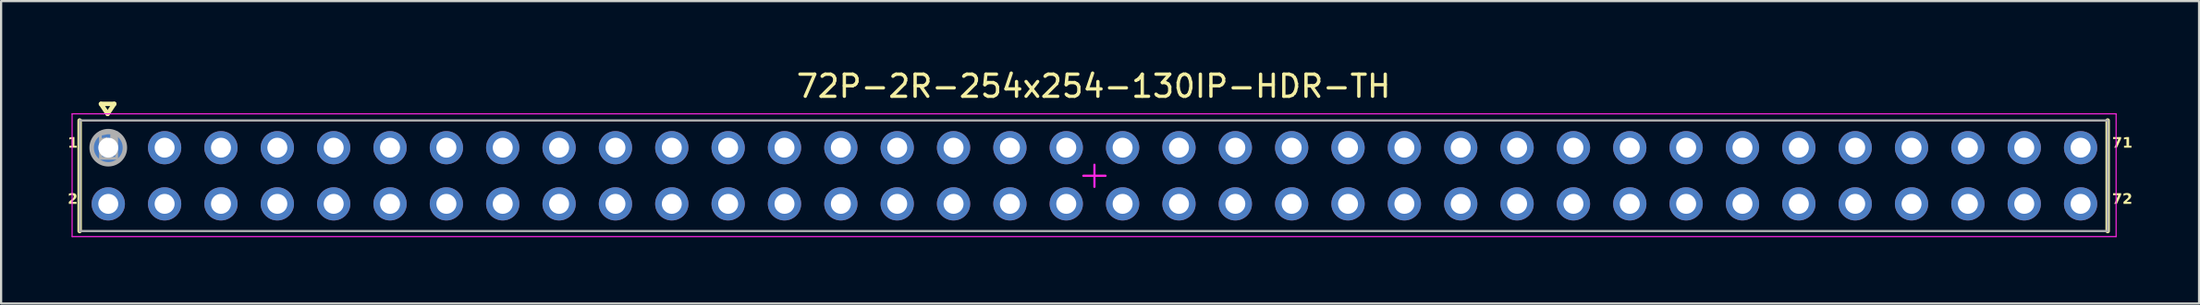
<source format=kicad_pcb>
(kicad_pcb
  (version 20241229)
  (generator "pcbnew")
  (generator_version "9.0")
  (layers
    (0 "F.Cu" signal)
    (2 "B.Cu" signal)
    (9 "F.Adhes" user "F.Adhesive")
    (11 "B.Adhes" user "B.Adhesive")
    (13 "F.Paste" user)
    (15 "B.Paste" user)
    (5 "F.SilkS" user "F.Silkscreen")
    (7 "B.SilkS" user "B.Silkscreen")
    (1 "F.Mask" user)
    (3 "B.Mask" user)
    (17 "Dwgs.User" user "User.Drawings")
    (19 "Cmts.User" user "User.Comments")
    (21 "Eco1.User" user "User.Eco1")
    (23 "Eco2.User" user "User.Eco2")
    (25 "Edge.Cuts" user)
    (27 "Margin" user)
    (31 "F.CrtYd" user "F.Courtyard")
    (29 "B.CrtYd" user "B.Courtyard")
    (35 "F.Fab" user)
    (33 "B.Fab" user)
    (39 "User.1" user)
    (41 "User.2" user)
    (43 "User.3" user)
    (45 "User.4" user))
  (footprint "72P-2R-254x254-130IP-HDR-TH"
    (layer "F.Cu")
    (at 46.28 4.898)
    (property "Reference" "72P-2R-254x254-130IP-HDR-TH" (at -0.035 -4.05 0) (layer "F.SilkS") (effects (font (size 1 1) (thickness 0.15))))
    (fp_line (start -45.74 2.5) (end -45.74 -2.5) (stroke (width 0.2) (type solid)) (layer "F.SilkS"))
    (fp_line (start -44.78 -3.25) (end -44.48 -2.8) (stroke (width 0.2) (type solid)) (layer "F.SilkS"))
    (fp_line (start -44.78 -3.25) (end -44.18 -3.25) (stroke (width 0.2) (type solid)) (layer "F.SilkS"))
    (fp_line (start -44.48 -2.8) (end -44.18 -3.25) (stroke (width 0.2) (type solid)) (layer "F.SilkS"))
    (fp_line (start 45.67 2.5) (end 45.67 -2.5) (stroke (width 0.2) (type solid)) (layer "F.SilkS"))
    (fp_line (start -46.08 -2.8) (end 46.05 -2.8) (stroke (width 0.05) (type solid)) (layer "F.CrtYd"))
    (fp_line (start -46.08 2.75) (end -46.08 -2.8) (stroke (width 0.05) (type solid)) (layer "F.CrtYd"))
    (fp_line (start -46.08 2.75) (end 46.05 2.75) (stroke (width 0.05) (type solid)) (layer "F.CrtYd"))
    (fp_line (start -0.5 0) (end 0.5 0) (stroke (width 0.1) (type solid)) (layer "F.CrtYd"))
    (fp_line (start 0 0.5) (end 0 -0.5) (stroke (width 0.1) (type solid)) (layer "F.CrtYd"))
    (fp_line (start 46.05 2.75) (end 46.05 -2.8) (stroke (width 0.05) (type solid)) (layer "F.CrtYd"))
    (fp_line (start -45.73 -2.5) (end 45.67 -2.5) (stroke (width 0.1) (type solid)) (layer "F.Fab"))
    (fp_line (start -45.73 2.5) (end -45.73 -2.5) (stroke (width 0.1) (type solid)) (layer "F.Fab"))
    (fp_line (start -45.73 2.5) (end 45.67 2.5) (stroke (width 0.1) (type solid)) (layer "F.Fab"))
    (fp_line (start 45.67 2.5) (end 45.67 -2.5) (stroke (width 0.1) (type solid)) (layer "F.Fab"))
    (fp_circle (center -44.45 -1.27) (end -44.45 -2.02) (stroke (width 0.2) (type solid)) (fill no) (layer "F.Fab"))
    (fp_text user "1" (at -46.28 -1.19 0) (unlocked yes) (layer "F.SilkS") (effects (font (face "Arial Black") (size 0.472 0.472) (thickness 0.1)) (justify left bottom)))
    (fp_text user "71" (at 45.87 -1.19 0) (unlocked yes) (layer "F.SilkS") (effects (font (face "Arial Black") (size 0.472 0.472) (thickness 0.1)) (justify left bottom)))
    (fp_text user "72" (at 45.87 1.35 0) (unlocked yes) (layer "F.SilkS") (effects (font (face "Arial Black") (size 0.472 0.472) (thickness 0.1)) (justify left bottom)))
    (fp_text user "2" (at -46.28 1.35 0) (unlocked yes) (layer "F.SilkS") (effects (font (face "Arial Black") (size 0.472 0.472) (thickness 0.1)) (justify left bottom)))
    (fp_text user "1" (at -44.45 -1.27 0) (unlocked yes) (layer "F.Fab" knockout) (effects (font (face "Arial") (size 1 1) (thickness 0.254))))
    (pad "1" thru_hole circle (at -44.45 -1.27 180) (size 1.5 1.5) (drill 0.9) (layers "*.Cu" "*.Mask"))
    (pad "2" thru_hole circle (at -44.45 1.27 270) (size 1.5 1.5) (drill 0.9) (layers "*.Cu" "*.Mask"))
    (pad "3" thru_hole circle (at -41.91 -1.27 180) (size 1.5 1.5) (drill 0.9) (layers "*.Cu" "*.Mask"))
    (pad "4" thru_hole circle (at -41.91 1.27 270) (size 1.5 1.5) (drill 0.9) (layers "*.Cu" "*.Mask"))
    (pad "5" thru_hole circle (at -39.37 -1.27 180) (size 1.5 1.5) (drill 0.9) (layers "*.Cu" "*.Mask"))
    (pad "6" thru_hole circle (at -39.37 1.27 270) (size 1.5 1.5) (drill 0.9) (layers "*.Cu" "*.Mask"))
    (pad "7" thru_hole circle (at -36.83 -1.27 180) (size 1.5 1.5) (drill 0.9) (layers "*.Cu" "*.Mask"))
    (pad "8" thru_hole circle (at -36.83 1.27 270) (size 1.5 1.5) (drill 0.9) (layers "*.Cu" "*.Mask"))
    (pad "9" thru_hole circle (at -34.29 -1.27 180) (size 1.5 1.5) (drill 0.9) (layers "*.Cu" "*.Mask"))
    (pad "10" thru_hole circle (at -34.29 1.27 270) (size 1.5 1.5) (drill 0.9) (layers "*.Cu" "*.Mask"))
    (pad "11" thru_hole circle (at -31.75 -1.27 180) (size 1.5 1.5) (drill 0.9) (layers "*.Cu" "*.Mask"))
    (pad "12" thru_hole circle (at -31.75 1.27 270) (size 1.5 1.5) (drill 0.9) (layers "*.Cu" "*.Mask"))
    (pad "13" thru_hole circle (at -29.21 -1.27 180) (size 1.5 1.5) (drill 0.9) (layers "*.Cu" "*.Mask"))
    (pad "14" thru_hole circle (at -29.21 1.27 270) (size 1.5 1.5) (drill 0.9) (layers "*.Cu" "*.Mask"))
    (pad "15" thru_hole circle (at -26.67 -1.27 180) (size 1.5 1.5) (drill 0.9) (layers "*.Cu" "*.Mask"))
    (pad "16" thru_hole circle (at -26.67 1.27 270) (size 1.5 1.5) (drill 0.9) (layers "*.Cu" "*.Mask"))
    (pad "17" thru_hole circle (at -24.13 -1.27 180) (size 1.5 1.5) (drill 0.9) (layers "*.Cu" "*.Mask"))
    (pad "18" thru_hole circle (at -24.13 1.27 270) (size 1.5 1.5) (drill 0.9) (layers "*.Cu" "*.Mask"))
    (pad "19" thru_hole circle (at -21.59 -1.27 180) (size 1.5 1.5) (drill 0.9) (layers "*.Cu" "*.Mask"))
    (pad "20" thru_hole circle (at -21.59 1.27 270) (size 1.5 1.5) (drill 0.9) (layers "*.Cu" "*.Mask"))
    (pad "21" thru_hole circle (at -19.05 -1.27 180) (size 1.5 1.5) (drill 0.9) (layers "*.Cu" "*.Mask"))
    (pad "22" thru_hole circle (at -19.05 1.27 270) (size 1.5 1.5) (drill 0.9) (layers "*.Cu" "*.Mask"))
    (pad "23" thru_hole circle (at -16.51 -1.27 180) (size 1.5 1.5) (drill 0.9) (layers "*.Cu" "*.Mask"))
    (pad "24" thru_hole circle (at -16.51 1.27 270) (size 1.5 1.5) (drill 0.9) (layers "*.Cu" "*.Mask"))
    (pad "25" thru_hole circle (at -13.97 -1.27 180) (size 1.5 1.5) (drill 0.9) (layers "*.Cu" "*.Mask"))
    (pad "26" thru_hole circle (at -13.97 1.27 270) (size 1.5 1.5) (drill 0.9) (layers "*.Cu" "*.Mask"))
    (pad "27" thru_hole circle (at -11.43 -1.27 180) (size 1.5 1.5) (drill 0.9) (layers "*.Cu" "*.Mask"))
    (pad "28" thru_hole circle (at -11.43 1.27 270) (size 1.5 1.5) (drill 0.9) (layers "*.Cu" "*.Mask"))
    (pad "29" thru_hole circle (at -8.89 -1.27 180) (size 1.5 1.5) (drill 0.9) (layers "*.Cu" "*.Mask"))
    (pad "30" thru_hole circle (at -8.89 1.27 270) (size 1.5 1.5) (drill 0.9) (layers "*.Cu" "*.Mask"))
    (pad "31" thru_hole circle (at -6.35 -1.27 180) (size 1.5 1.5) (drill 0.9) (layers "*.Cu" "*.Mask"))
    (pad "32" thru_hole circle (at -6.35 1.27 270) (size 1.5 1.5) (drill 0.9) (layers "*.Cu" "*.Mask"))
    (pad "33" thru_hole circle (at -3.81 -1.27 180) (size 1.5 1.5) (drill 0.9) (layers "*.Cu" "*.Mask"))
    (pad "34" thru_hole circle (at -3.81 1.27 270) (size 1.5 1.5) (drill 0.9) (layers "*.Cu" "*.Mask"))
    (pad "35" thru_hole circle (at -1.27 -1.27 180) (size 1.5 1.5) (drill 0.9) (layers "*.Cu" "*.Mask"))
    (pad "36" thru_hole circle (at -1.27 1.27 270) (size 1.5 1.5) (drill 0.9) (layers "*.Cu" "*.Mask"))
    (pad "37" thru_hole circle (at 1.27 -1.27 180) (size 1.5 1.5) (drill 0.9) (layers "*.Cu" "*.Mask"))
    (pad "38" thru_hole circle (at 1.27 1.27 270) (size 1.5 1.5) (drill 0.9) (layers "*.Cu" "*.Mask"))
    (pad "39" thru_hole circle (at 3.81 -1.27 180) (size 1.5 1.5) (drill 0.9) (layers "*.Cu" "*.Mask"))
    (pad "40" thru_hole circle (at 3.81 1.27 270) (size 1.5 1.5) (drill 0.9) (layers "*.Cu" "*.Mask"))
    (pad "41" thru_hole circle (at 6.35 -1.27 180) (size 1.5 1.5) (drill 0.9) (layers "*.Cu" "*.Mask"))
    (pad "42" thru_hole circle (at 6.35 1.27 270) (size 1.5 1.5) (drill 0.9) (layers "*.Cu" "*.Mask"))
    (pad "43" thru_hole circle (at 8.89 -1.27 180) (size 1.5 1.5) (drill 0.9) (layers "*.Cu" "*.Mask"))
    (pad "44" thru_hole circle (at 8.89 1.27 270) (size 1.5 1.5) (drill 0.9) (layers "*.Cu" "*.Mask"))
    (pad "45" thru_hole circle (at 11.43 -1.27 180) (size 1.5 1.5) (drill 0.9) (layers "*.Cu" "*.Mask"))
    (pad "46" thru_hole circle (at 11.43 1.27 270) (size 1.5 1.5) (drill 0.9) (layers "*.Cu" "*.Mask"))
    (pad "47" thru_hole circle (at 13.97 -1.27 180) (size 1.5 1.5) (drill 0.9) (layers "*.Cu" "*.Mask"))
    (pad "48" thru_hole circle (at 13.97 1.27 270) (size 1.5 1.5) (drill 0.9) (layers "*.Cu" "*.Mask"))
    (pad "49" thru_hole circle (at 16.51 -1.27 180) (size 1.5 1.5) (drill 0.9) (layers "*.Cu" "*.Mask"))
    (pad "50" thru_hole circle (at 16.51 1.27 270) (size 1.5 1.5) (drill 0.9) (layers "*.Cu" "*.Mask"))
    (pad "51" thru_hole circle (at 19.05 -1.27 180) (size 1.5 1.5) (drill 0.9) (layers "*.Cu" "*.Mask"))
    (pad "52" thru_hole circle (at 19.05 1.27 270) (size 1.5 1.5) (drill 0.9) (layers "*.Cu" "*.Mask"))
    (pad "53" thru_hole circle (at 21.59 -1.27 180) (size 1.5 1.5) (drill 0.9) (layers "*.Cu" "*.Mask"))
    (pad "54" thru_hole circle (at 21.59 1.27 270) (size 1.5 1.5) (drill 0.9) (layers "*.Cu" "*.Mask"))
    (pad "55" thru_hole circle (at 24.13 -1.27 180) (size 1.5 1.5) (drill 0.9) (layers "*.Cu" "*.Mask"))
    (pad "56" thru_hole circle (at 24.13 1.27 270) (size 1.5 1.5) (drill 0.9) (layers "*.Cu" "*.Mask"))
    (pad "57" thru_hole circle (at 26.67 -1.27 180) (size 1.5 1.5) (drill 0.9) (layers "*.Cu" "*.Mask"))
    (pad "58" thru_hole circle (at 26.67 1.27 270) (size 1.5 1.5) (drill 0.9) (layers "*.Cu" "*.Mask"))
    (pad "59" thru_hole circle (at 29.21 -1.27 180) (size 1.5 1.5) (drill 0.9) (layers "*.Cu" "*.Mask"))
    (pad "60" thru_hole circle (at 29.21 1.27 270) (size 1.5 1.5) (drill 0.9) (layers "*.Cu" "*.Mask"))
    (pad "61" thru_hole circle (at 31.75 -1.27 180) (size 1.5 1.5) (drill 0.9) (layers "*.Cu" "*.Mask"))
    (pad "62" thru_hole circle (at 31.75 1.27 270) (size 1.5 1.5) (drill 0.9) (layers "*.Cu" "*.Mask"))
    (pad "63" thru_hole circle (at 34.29 -1.27 180) (size 1.5 1.5) (drill 0.9) (layers "*.Cu" "*.Mask"))
    (pad "64" thru_hole circle (at 34.29 1.27 270) (size 1.5 1.5) (drill 0.9) (layers "*.Cu" "*.Mask"))
    (pad "65" thru_hole circle (at 36.83 -1.27 180) (size 1.5 1.5) (drill 0.9) (layers "*.Cu" "*.Mask"))
    (pad "66" thru_hole circle (at 36.83 1.27 270) (size 1.5 1.5) (drill 0.9) (layers "*.Cu" "*.Mask"))
    (pad "67" thru_hole circle (at 39.37 -1.27 180) (size 1.5 1.5) (drill 0.9) (layers "*.Cu" "*.Mask"))
    (pad "68" thru_hole circle (at 39.37 1.27 270) (size 1.5 1.5) (drill 0.9) (layers "*.Cu" "*.Mask"))
    (pad "69" thru_hole circle (at 41.91 -1.27 180) (size 1.5 1.5) (drill 0.9) (layers "*.Cu" "*.Mask"))
    (pad "70" thru_hole circle (at 41.91 1.27 270) (size 1.5 1.5) (drill 0.9) (layers "*.Cu" "*.Mask"))
    (pad "71" thru_hole circle (at 44.45 -1.27 180) (size 1.5 1.5) (drill 0.9) (layers "*.Cu" "*.Mask"))
    (pad "72" thru_hole circle (at 44.45 1.27 270) (size 1.5 1.5) (drill 0.9) (layers "*.Cu" "*.Mask")))
  (gr_rect
    (start -3 -3)
    (end 96.07 10.673)
    (stroke (width 0.1) (type default))
    (fill no)
    (layer "Edge.Cuts")))
</source>
